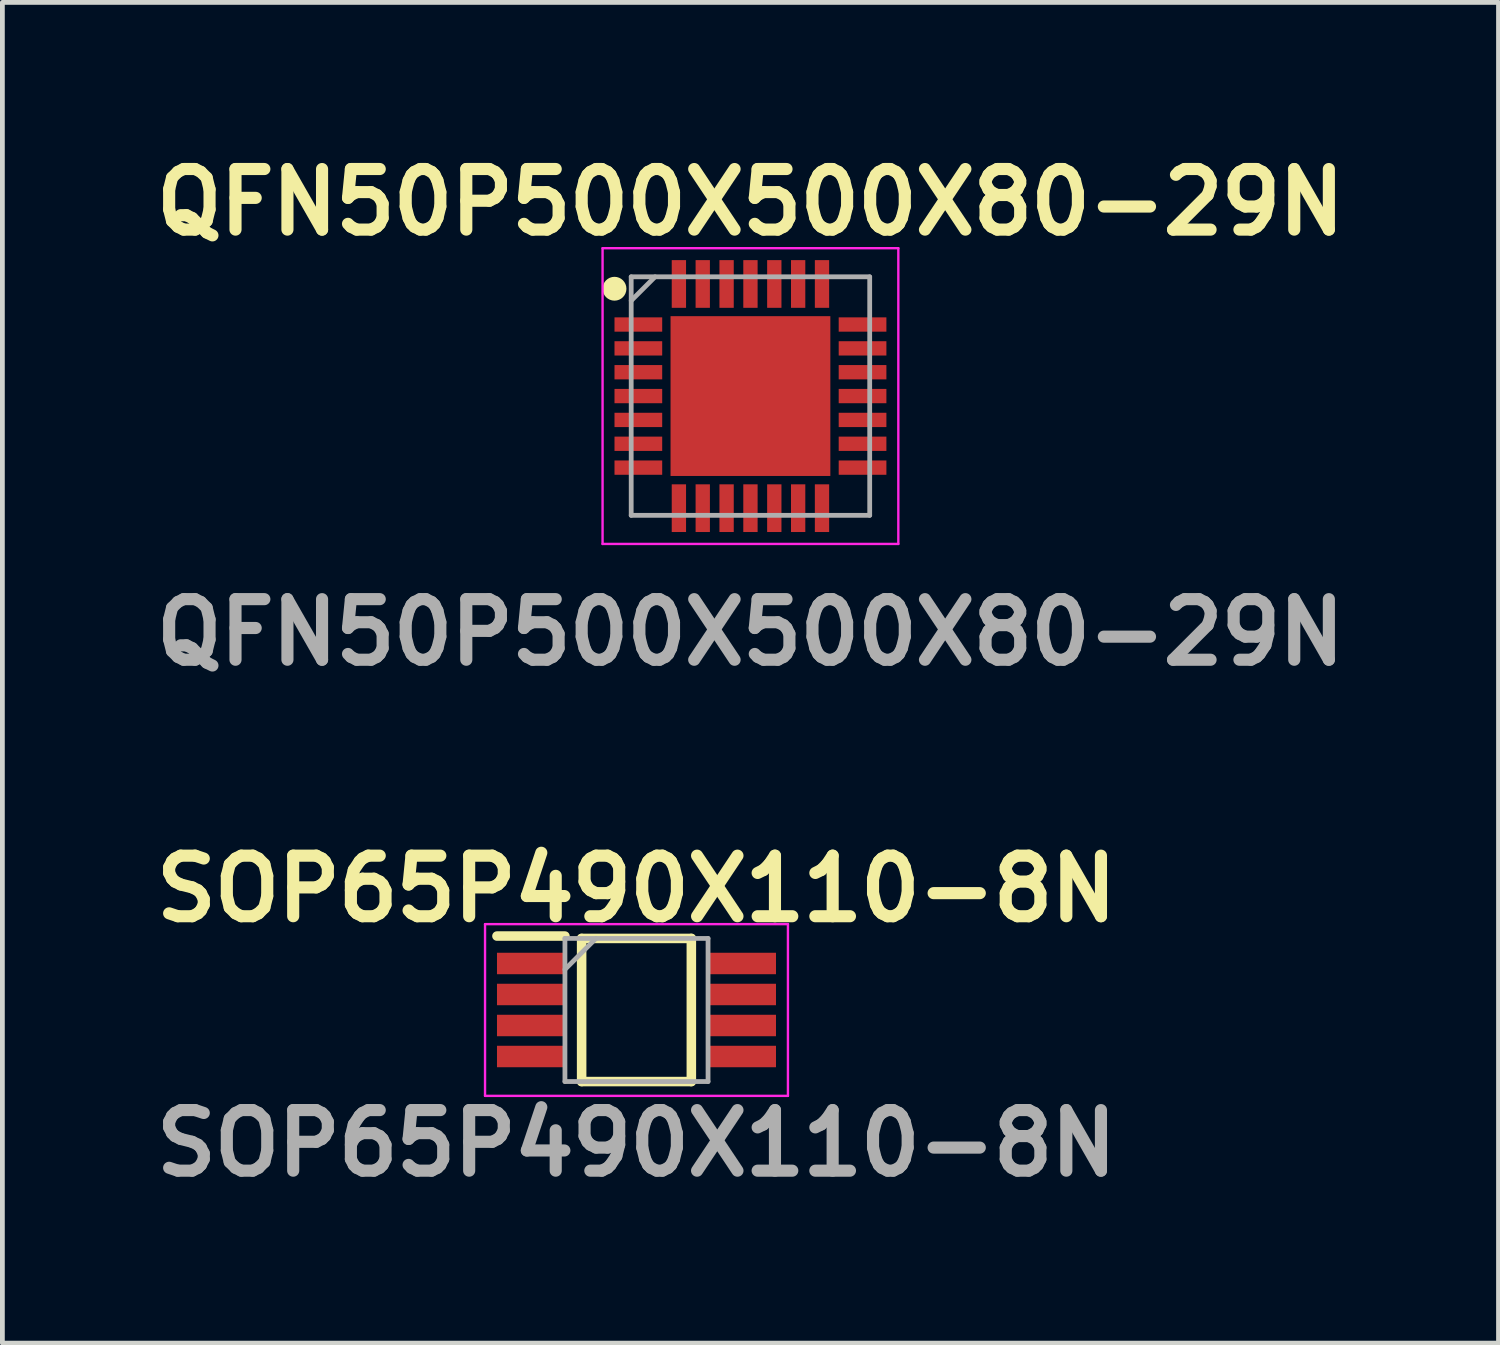
<source format=kicad_pcb>
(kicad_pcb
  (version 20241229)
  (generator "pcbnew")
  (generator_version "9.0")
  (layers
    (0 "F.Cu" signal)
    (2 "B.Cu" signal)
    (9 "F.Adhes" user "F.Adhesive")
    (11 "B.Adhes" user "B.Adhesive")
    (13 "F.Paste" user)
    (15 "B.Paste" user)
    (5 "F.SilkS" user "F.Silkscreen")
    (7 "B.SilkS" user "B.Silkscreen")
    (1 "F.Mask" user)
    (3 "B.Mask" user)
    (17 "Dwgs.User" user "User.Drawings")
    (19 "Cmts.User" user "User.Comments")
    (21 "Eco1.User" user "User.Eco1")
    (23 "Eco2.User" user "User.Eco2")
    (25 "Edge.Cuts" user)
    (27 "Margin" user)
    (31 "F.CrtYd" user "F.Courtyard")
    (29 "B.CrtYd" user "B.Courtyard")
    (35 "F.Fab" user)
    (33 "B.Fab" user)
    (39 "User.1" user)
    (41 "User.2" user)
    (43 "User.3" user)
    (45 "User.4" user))
  (footprint "SOP65P490X110-8N"
    (layer "F.Cu")
    (at 10.293 18.123)
    (property "Reference" "SOP65P490X110-8N" (at 0 -2.54 0) (layer "F.SilkS") (effects (font (size 1.27 1.27) (thickness 0.254))))
    (attr smd)
    (fp_line (start -2.925 -1.55) (end -1.5 -1.55) (stroke (width 0.2) (type solid)) (layer "F.SilkS"))
    (fp_line (start -1.15 -1.5) (end 1.15 -1.5) (stroke (width 0.2) (type solid)) (layer "F.SilkS"))
    (fp_line (start -1.15 1.5) (end -1.15 -1.5) (stroke (width 0.2) (type solid)) (layer "F.SilkS"))
    (fp_line (start 1.15 -1.5) (end 1.15 1.5) (stroke (width 0.2) (type solid)) (layer "F.SilkS"))
    (fp_line (start 1.15 1.5) (end -1.15 1.5) (stroke (width 0.2) (type solid)) (layer "F.SilkS"))
    (fp_line (start -3.175 -1.8) (end 3.175 -1.8) (stroke (width 0.05) (type solid)) (layer "F.CrtYd"))
    (fp_line (start -3.175 1.8) (end -3.175 -1.8) (stroke (width 0.05) (type solid)) (layer "F.CrtYd"))
    (fp_line (start 3.175 -1.8) (end 3.175 1.8) (stroke (width 0.05) (type solid)) (layer "F.CrtYd"))
    (fp_line (start 3.175 1.8) (end -3.175 1.8) (stroke (width 0.05) (type solid)) (layer "F.CrtYd"))
    (fp_line (start -1.5 -1.5) (end 1.5 -1.5) (stroke (width 0.1) (type solid)) (layer "F.Fab"))
    (fp_line (start -1.5 -0.85) (end -0.85 -1.5) (stroke (width 0.1) (type solid)) (layer "F.Fab"))
    (fp_line (start -1.5 1.5) (end -1.5 -1.5) (stroke (width 0.1) (type solid)) (layer "F.Fab"))
    (fp_line (start 1.5 -1.5) (end 1.5 1.5) (stroke (width 0.1) (type solid)) (layer "F.Fab"))
    (fp_line (start 1.5 1.5) (end -1.5 1.5) (stroke (width 0.1) (type solid)) (layer "F.Fab"))
    (fp_text user "${REFERENCE}" (at 0 2.794 0) (layer "F.Fab") (effects (font (size 1.27 1.27) (thickness 0.254))))
    (pad "1" smd rect (at -2.212 -0.975 90) (size 0.45 1.425) (layers "F.Cu" "F.Mask" "F.Paste"))
    (pad "2" smd rect (at -2.212 -0.325 90) (size 0.45 1.425) (layers "F.Cu" "F.Mask" "F.Paste"))
    (pad "3" smd rect (at -2.212 0.325 90) (size 0.45 1.425) (layers "F.Cu" "F.Mask" "F.Paste"))
    (pad "4" smd rect (at -2.212 0.975 90) (size 0.45 1.425) (layers "F.Cu" "F.Mask" "F.Paste"))
    (pad "5" smd rect (at 2.212 0.975 90) (size 0.45 1.425) (layers "F.Cu" "F.Mask" "F.Paste"))
    (pad "6" smd rect (at 2.212 0.325 90) (size 0.45 1.425) (layers "F.Cu" "F.Mask" "F.Paste"))
    (pad "7" smd rect (at 2.212 -0.325 90) (size 0.45 1.425) (layers "F.Cu" "F.Mask" "F.Paste"))
    (pad "8" smd rect (at 2.212 -0.975 90) (size 0.45 1.425) (layers "F.Cu" "F.Mask" "F.Paste")))
  (footprint "QFN50P500X500X80-29N"
    (layer "F.Cu")
    (at 12.682 5.253)
    (property "Reference" "QFN50P500X500X80-29N" (at 0 -4.064 0) (layer "F.SilkS") (effects (font (size 1.27 1.27) (thickness 0.254))))
    (attr smd)
    (fp_circle (center -2.85 -2.25) (end -2.85 -2.125) (stroke (width 0.25) (type solid)) (fill no) (layer "F.SilkS"))
    (fp_line (start -3.1 -3.1) (end 3.1 -3.1) (stroke (width 0.05) (type solid)) (layer "F.CrtYd"))
    (fp_line (start -3.1 3.1) (end -3.1 -3.1) (stroke (width 0.05) (type solid)) (layer "F.CrtYd"))
    (fp_line (start 3.1 -3.1) (end 3.1 3.1) (stroke (width 0.05) (type solid)) (layer "F.CrtYd"))
    (fp_line (start 3.1 3.1) (end -3.1 3.1) (stroke (width 0.05) (type solid)) (layer "F.CrtYd"))
    (fp_line (start -2.5 -2.5) (end 2.5 -2.5) (stroke (width 0.1) (type solid)) (layer "F.Fab"))
    (fp_line (start -2.5 -2) (end -2 -2.5) (stroke (width 0.1) (type solid)) (layer "F.Fab"))
    (fp_line (start -2.5 2.5) (end -2.5 -2.5) (stroke (width 0.1) (type solid)) (layer "F.Fab"))
    (fp_line (start 2.5 -2.5) (end 2.5 2.5) (stroke (width 0.1) (type solid)) (layer "F.Fab"))
    (fp_line (start 2.5 2.5) (end -2.5 2.5) (stroke (width 0.1) (type solid)) (layer "F.Fab"))
    (fp_text user "${REFERENCE}" (at 0 4.953 0) (layer "F.Fab") (effects (font (size 1.27 1.27) (thickness 0.254))))
    (pad "1" smd rect (at -2.35 -1.5 90) (size 0.3 1) (layers "F.Cu" "F.Mask" "F.Paste"))
    (pad "2" smd rect (at -2.35 -1 90) (size 0.3 1) (layers "F.Cu" "F.Mask" "F.Paste"))
    (pad "3" smd rect (at -2.35 -0.5 90) (size 0.3 1) (layers "F.Cu" "F.Mask" "F.Paste"))
    (pad "4" smd rect (at -2.35 0 90) (size 0.3 1) (layers "F.Cu" "F.Mask" "F.Paste"))
    (pad "5" smd rect (at -2.35 0.5 90) (size 0.3 1) (layers "F.Cu" "F.Mask" "F.Paste"))
    (pad "6" smd rect (at -2.35 1 90) (size 0.3 1) (layers "F.Cu" "F.Mask" "F.Paste"))
    (pad "7" smd rect (at -2.35 1.5 90) (size 0.3 1) (layers "F.Cu" "F.Mask" "F.Paste"))
    (pad "8" smd rect (at -1.5 2.35) (size 0.3 1) (layers "F.Cu" "F.Mask" "F.Paste"))
    (pad "9" smd rect (at -1 2.35) (size 0.3 1) (layers "F.Cu" "F.Mask" "F.Paste"))
    (pad "10" smd rect (at -0.5 2.35) (size 0.3 1) (layers "F.Cu" "F.Mask" "F.Paste"))
    (pad "11" smd rect (at 0 2.35) (size 0.3 1) (layers "F.Cu" "F.Mask" "F.Paste"))
    (pad "12" smd rect (at 0.5 2.35) (size 0.3 1) (layers "F.Cu" "F.Mask" "F.Paste"))
    (pad "13" smd rect (at 1 2.35) (size 0.3 1) (layers "F.Cu" "F.Mask" "F.Paste"))
    (pad "14" smd rect (at 1.5 2.35) (size 0.3 1) (layers "F.Cu" "F.Mask" "F.Paste"))
    (pad "15" smd rect (at 2.35 1.5 90) (size 0.3 1) (layers "F.Cu" "F.Mask" "F.Paste"))
    (pad "16" smd rect (at 2.35 1 90) (size 0.3 1) (layers "F.Cu" "F.Mask" "F.Paste"))
    (pad "17" smd rect (at 2.35 0.5 90) (size 0.3 1) (layers "F.Cu" "F.Mask" "F.Paste"))
    (pad "18" smd rect (at 2.35 0 90) (size 0.3 1) (layers "F.Cu" "F.Mask" "F.Paste"))
    (pad "19" smd rect (at 2.35 -0.5 90) (size 0.3 1) (layers "F.Cu" "F.Mask" "F.Paste"))
    (pad "20" smd rect (at 2.35 -1 90) (size 0.3 1) (layers "F.Cu" "F.Mask" "F.Paste"))
    (pad "21" smd rect (at 2.35 -1.5 90) (size 0.3 1) (layers "F.Cu" "F.Mask" "F.Paste"))
    (pad "22" smd rect (at 1.5 -2.35) (size 0.3 1) (layers "F.Cu" "F.Mask" "F.Paste"))
    (pad "23" smd rect (at 1 -2.35) (size 0.3 1) (layers "F.Cu" "F.Mask" "F.Paste"))
    (pad "24" smd rect (at 0.5 -2.35) (size 0.3 1) (layers "F.Cu" "F.Mask" "F.Paste"))
    (pad "25" smd rect (at 0 -2.35) (size 0.3 1) (layers "F.Cu" "F.Mask" "F.Paste"))
    (pad "26" smd rect (at -0.5 -2.35) (size 0.3 1) (layers "F.Cu" "F.Mask" "F.Paste"))
    (pad "27" smd rect (at -1 -2.35) (size 0.3 1) (layers "F.Cu" "F.Mask" "F.Paste"))
    (pad "28" smd rect (at -1.5 -2.35) (size 0.3 1) (layers "F.Cu" "F.Mask" "F.Paste"))
    (pad "29" smd rect (at 0 0) (size 3.35 3.35) (layers "F.Cu" "F.Mask" "F.Paste")))
  (gr_rect
    (start -3 -3)
    (end 28.364 25.106)
    (stroke (width 0.1) (type default))
    (fill no)
    (layer "Edge.Cuts")))
</source>
